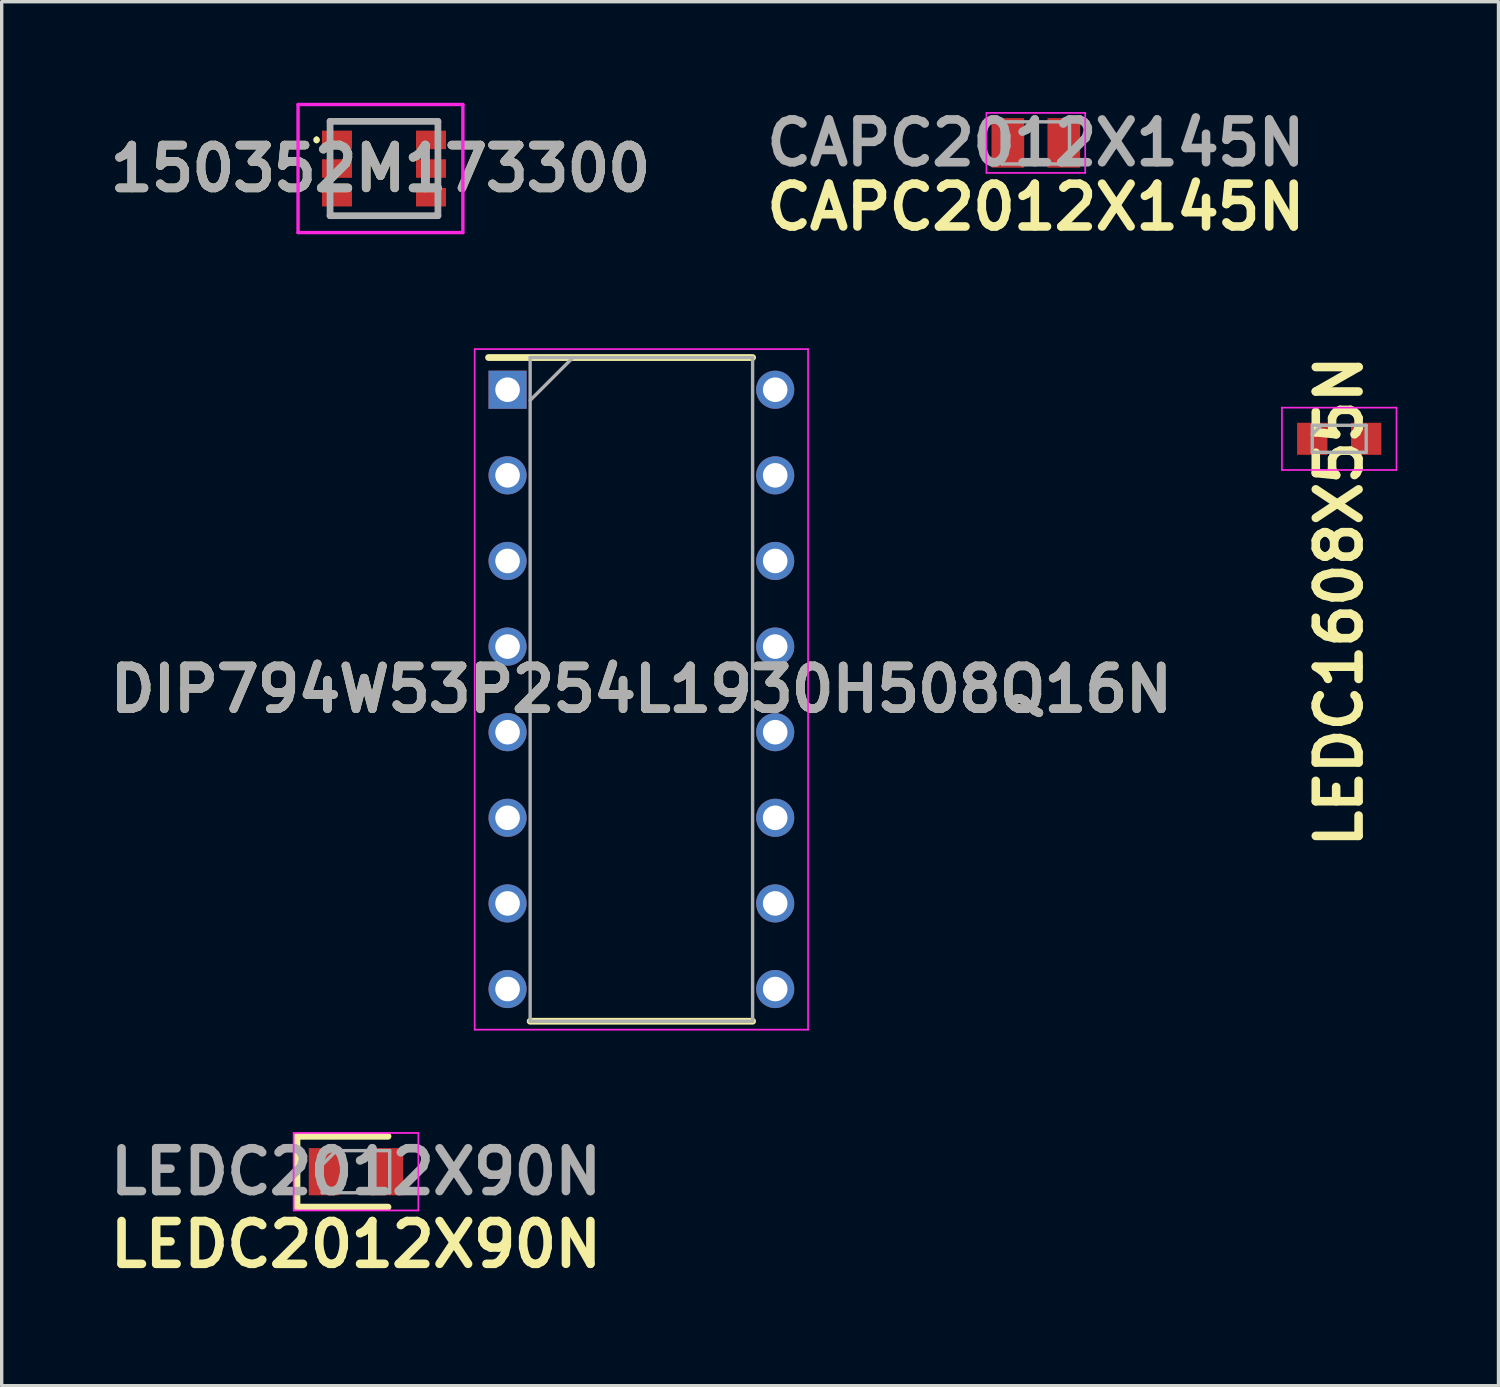
<source format=kicad_pcb>
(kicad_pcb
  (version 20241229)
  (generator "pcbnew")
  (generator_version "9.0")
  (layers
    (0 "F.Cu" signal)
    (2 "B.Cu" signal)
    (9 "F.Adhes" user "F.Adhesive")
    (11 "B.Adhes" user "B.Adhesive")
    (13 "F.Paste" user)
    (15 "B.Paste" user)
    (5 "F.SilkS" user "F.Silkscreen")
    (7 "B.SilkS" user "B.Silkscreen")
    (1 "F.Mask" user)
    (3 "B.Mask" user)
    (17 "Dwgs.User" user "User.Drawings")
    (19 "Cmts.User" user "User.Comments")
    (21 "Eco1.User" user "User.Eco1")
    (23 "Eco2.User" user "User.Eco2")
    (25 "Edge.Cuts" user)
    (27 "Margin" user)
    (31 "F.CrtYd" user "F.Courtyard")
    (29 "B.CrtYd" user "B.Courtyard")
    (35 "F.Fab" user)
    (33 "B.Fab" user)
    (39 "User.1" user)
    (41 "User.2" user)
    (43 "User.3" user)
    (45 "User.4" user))
  (footprint "150352M173300"
    (layer "F.Cu")
    (at 8.342 1.95)
    (property "Reference" "150352M173300" (at -0.105 0 0) (layer "F.SilkS") (effects (font (size 1.27 1.27) (thickness 0.254))))
    (attr smd)
    (fp_line (start -2 -0.9) (end -2 -0.9) (stroke (width 0.1) (type solid)) (layer "F.SilkS"))
    (fp_line (start -2 -0.8) (end -2 -0.8) (stroke (width 0.1) (type solid)) (layer "F.SilkS"))
    (fp_line (start -1.6 -1.4) (end 1.6 -1.4) (stroke (width 0.1) (type solid)) (layer "F.SilkS"))
    (fp_line (start -1.6 1.4) (end 1.6 1.4) (stroke (width 0.1) (type solid)) (layer "F.SilkS"))
    (fp_arc (start -2 -0.9) (mid -1.95 -0.85) (end -2 -0.8) (stroke (width 0.1) (type solid)) (layer "F.SilkS"))
    (fp_arc (start -2 -0.8) (mid -2.05 -0.85) (end -2 -0.9) (stroke (width 0.1) (type solid)) (layer "F.SilkS"))
    (fp_line (start -2.55 -1.9) (end 2.34 -1.9) (stroke (width 0.1) (type solid)) (layer "F.CrtYd"))
    (fp_line (start -2.55 1.9) (end -2.55 -1.9) (stroke (width 0.1) (type solid)) (layer "F.CrtYd"))
    (fp_line (start 2.34 -1.9) (end 2.34 1.9) (stroke (width 0.1) (type solid)) (layer "F.CrtYd"))
    (fp_line (start 2.34 1.9) (end -2.55 1.9) (stroke (width 0.1) (type solid)) (layer "F.CrtYd"))
    (fp_line (start -1.6 -1.4) (end 1.6 -1.4) (stroke (width 0.2) (type solid)) (layer "F.Fab"))
    (fp_line (start -1.6 1.4) (end -1.6 -1.4) (stroke (width 0.2) (type solid)) (layer "F.Fab"))
    (fp_line (start 1.6 -1.4) (end 1.6 1.4) (stroke (width 0.2) (type solid)) (layer "F.Fab"))
    (fp_line (start 1.6 1.4) (end -1.6 1.4) (stroke (width 0.2) (type solid)) (layer "F.Fab"))
    (fp_text user "${REFERENCE}" (at -0.105 0 0) (layer "F.Fab") (effects (font (size 1.27 1.27) (thickness 0.254))))
    (pad "1" smd rect (at -1.395 -0.85 90) (size 0.55 0.89) (layers "F.Cu" "F.Mask" "F.Paste"))
    (pad "2" smd rect (at 1.395 -0.85 90) (size 0.55 0.89) (layers "F.Cu" "F.Mask" "F.Paste"))
    (pad "3" smd rect (at -1.395 0 90) (size 0.55 0.89) (layers "F.Cu" "F.Mask" "F.Paste"))
    (pad "4" smd rect (at 1.395 0 90) (size 0.55 0.89) (layers "F.Cu" "F.Mask" "F.Paste"))
    (pad "5" smd rect (at -1.395 0.85 90) (size 0.55 0.89) (layers "F.Cu" "F.Mask" "F.Paste"))
    (pad "6" smd rect (at 1.395 0.85 90) (size 0.55 0.89) (layers "F.Cu" "F.Mask" "F.Paste")))
  (footprint "LEDC2012X90N"
    (layer "F.Cu")
    (at 7.511 31.711)
    (property "Reference" "LEDC2012X90N" (at 0 2.159 0) (layer "F.SilkS") (effects (font (size 1.27 1.27) (thickness 0.254))))
    (attr smd)
    (fp_line (start -1.75 -1.05) (end -1.75 1.05) (stroke (width 0.2) (type solid)) (layer "F.SilkS"))
    (fp_line (start -1.75 1.05) (end 0.95 1.05) (stroke (width 0.2) (type solid)) (layer "F.SilkS"))
    (fp_line (start 0.95 -1.05) (end -1.75 -1.05) (stroke (width 0.2) (type solid)) (layer "F.SilkS"))
    (fp_line (start -1.85 -1.15) (end 1.85 -1.15) (stroke (width 0.05) (type solid)) (layer "F.CrtYd"))
    (fp_line (start -1.85 1.15) (end -1.85 -1.15) (stroke (width 0.05) (type solid)) (layer "F.CrtYd"))
    (fp_line (start 1.85 -1.15) (end 1.85 1.15) (stroke (width 0.05) (type solid)) (layer "F.CrtYd"))
    (fp_line (start 1.85 1.15) (end -1.85 1.15) (stroke (width 0.05) (type solid)) (layer "F.CrtYd"))
    (fp_line (start -1 -0.625) (end 1 -0.625) (stroke (width 0.1) (type solid)) (layer "F.Fab"))
    (fp_line (start -1 -0.208) (end -0.583 -0.625) (stroke (width 0.1) (type solid)) (layer "F.Fab"))
    (fp_line (start -1 0.625) (end -1 -0.625) (stroke (width 0.1) (type solid)) (layer "F.Fab"))
    (fp_line (start 1 -0.625) (end 1 0.625) (stroke (width 0.1) (type solid)) (layer "F.Fab"))
    (fp_line (start 1 0.625) (end -1 0.625) (stroke (width 0.1) (type solid)) (layer "F.Fab"))
    (fp_text user "${REFERENCE}" (at 0 0 0) (layer "F.Fab") (effects (font (size 1.27 1.27) (thickness 0.254))))
    (pad "1" smd rect (at -0.95 0) (size 0.9 1.4) (layers "F.Cu" "F.Mask" "F.Paste"))
    (pad "2" smd rect (at 0.95 0) (size 0.9 1.4) (layers "F.Cu" "F.Mask" "F.Paste")))
  (footprint "LEDC1608X55N"
    (layer "F.Cu")
    (at 36.681 9.968)
    (property "Reference" "LEDC1608X55N" (at 0 4.826 90) (layer "F.SilkS") (effects (font (size 1.27 1.27) (thickness 0.254))))
    (attr smd)
    (fp_line (start -1.7 -0.925) (end 1.7 -0.925) (stroke (width 0.05) (type solid)) (layer "F.CrtYd"))
    (fp_line (start -1.7 0.925) (end -1.7 -0.925) (stroke (width 0.05) (type solid)) (layer "F.CrtYd"))
    (fp_line (start 1.7 -0.925) (end 1.7 0.925) (stroke (width 0.05) (type solid)) (layer "F.CrtYd"))
    (fp_line (start 1.7 0.925) (end -1.7 0.925) (stroke (width 0.05) (type solid)) (layer "F.CrtYd"))
    (fp_line (start -0.8 -0.4) (end 0.8 -0.4) (stroke (width 0.1) (type solid)) (layer "F.Fab"))
    (fp_line (start -0.8 -0.133) (end -0.533 -0.4) (stroke (width 0.1) (type solid)) (layer "F.Fab"))
    (fp_line (start -0.8 0.4) (end -0.8 -0.4) (stroke (width 0.1) (type solid)) (layer "F.Fab"))
    (fp_line (start 0.8 -0.4) (end 0.8 0.4) (stroke (width 0.1) (type solid)) (layer "F.Fab"))
    (fp_line (start 0.8 0.4) (end -0.8 0.4) (stroke (width 0.1) (type solid)) (layer "F.Fab"))
    (pad "1" smd rect (at -0.8 0) (size 0.9 0.95) (layers "F.Cu" "F.Mask" "F.Paste"))
    (pad "2" smd rect (at 0.8 0) (size 0.9 0.95) (layers "F.Cu" "F.Mask" "F.Paste")))
  (footprint "CAPC2012X145N"
    (layer "F.Cu")
    (at 27.68 1.189)
    (property "Reference" "CAPC2012X145N" (at 0 1.905 0) (layer "F.SilkS") (effects (font (size 1.27 1.27) (thickness 0.254))))
    (attr smd)
    (fp_line (start -1.465 -0.89) (end 1.465 -0.89) (stroke (width 0.05) (type solid)) (layer "F.CrtYd"))
    (fp_line (start -1.465 0.89) (end -1.465 -0.89) (stroke (width 0.05) (type solid)) (layer "F.CrtYd"))
    (fp_line (start 1.465 -0.89) (end 1.465 0.89) (stroke (width 0.05) (type solid)) (layer "F.CrtYd"))
    (fp_line (start 1.465 0.89) (end -1.465 0.89) (stroke (width 0.05) (type solid)) (layer "F.CrtYd"))
    (fp_line (start -1 -0.625) (end 1 -0.625) (stroke (width 0.1) (type solid)) (layer "F.Fab"))
    (fp_line (start -1 0.625) (end -1 -0.625) (stroke (width 0.1) (type solid)) (layer "F.Fab"))
    (fp_line (start 1 -0.625) (end 1 0.625) (stroke (width 0.1) (type solid)) (layer "F.Fab"))
    (fp_line (start 1 0.625) (end -1 0.625) (stroke (width 0.1) (type solid)) (layer "F.Fab"))
    (fp_text user "${REFERENCE}" (at 0 0 0) (layer "F.Fab") (effects (font (size 1.27 1.27) (thickness 0.254))))
    (pad "1" smd rect (at -0.83 0) (size 0.97 1.47) (layers "F.Cu" "F.Mask" "F.Paste"))
    (pad "2" smd rect (at 0.83 0) (size 0.97 1.47) (layers "F.Cu" "F.Mask" "F.Paste")))
  (footprint "DIP794W53P254L1930H508Q16N"
    (layer "F.Cu")
    (at 15.978 17.402)
    (property "Reference" "DIP794W53P254L1930H508Q16N" (at 0 0 0) (layer "F.SilkS") (effects (font (size 1.27 1.27) (thickness 0.254))))
    (attr through_hole)
    (fp_line (start -4.535 -9.845) (end 3.3 -9.845) (stroke (width 0.2) (type solid)) (layer "F.SilkS"))
    (fp_line (start -3.3 9.845) (end 3.3 9.845) (stroke (width 0.2) (type solid)) (layer "F.SilkS"))
    (fp_line (start -4.945 -10.095) (end 4.945 -10.095) (stroke (width 0.05) (type solid)) (layer "F.CrtYd"))
    (fp_line (start -4.945 10.095) (end -4.945 -10.095) (stroke (width 0.05) (type solid)) (layer "F.CrtYd"))
    (fp_line (start 4.945 -10.095) (end 4.945 10.095) (stroke (width 0.05) (type solid)) (layer "F.CrtYd"))
    (fp_line (start 4.945 10.095) (end -4.945 10.095) (stroke (width 0.05) (type solid)) (layer "F.CrtYd"))
    (fp_line (start -3.3 -9.845) (end 3.3 -9.845) (stroke (width 0.1) (type solid)) (layer "F.Fab"))
    (fp_line (start -3.3 -8.575) (end -2.03 -9.845) (stroke (width 0.1) (type solid)) (layer "F.Fab"))
    (fp_line (start -3.3 9.845) (end -3.3 -9.845) (stroke (width 0.1) (type solid)) (layer "F.Fab"))
    (fp_line (start 3.3 -9.845) (end 3.3 9.845) (stroke (width 0.1) (type solid)) (layer "F.Fab"))
    (fp_line (start 3.3 9.845) (end -3.3 9.845) (stroke (width 0.1) (type solid)) (layer "F.Fab"))
    (fp_text user "${REFERENCE}" (at 0 0 0) (layer "F.Fab") (effects (font (size 1.27 1.27) (thickness 0.254))))
    (pad "1" thru_hole rect (at -3.97 -8.89) (size 1.13 1.13) (drill 0.73) (layers "*.Cu" "*.Mask"))
    (pad "2" thru_hole circle (at -3.97 -6.35) (size 1.13 1.13) (drill 0.73) (layers "*.Cu" "*.Mask"))
    (pad "3" thru_hole circle (at -3.97 -3.81) (size 1.13 1.13) (drill 0.73) (layers "*.Cu" "*.Mask"))
    (pad "4" thru_hole circle (at -3.97 -1.27) (size 1.13 1.13) (drill 0.73) (layers "*.Cu" "*.Mask"))
    (pad "5" thru_hole circle (at -3.97 1.27) (size 1.13 1.13) (drill 0.73) (layers "*.Cu" "*.Mask"))
    (pad "6" thru_hole circle (at -3.97 3.81) (size 1.13 1.13) (drill 0.73) (layers "*.Cu" "*.Mask"))
    (pad "7" thru_hole circle (at -3.97 6.35) (size 1.13 1.13) (drill 0.73) (layers "*.Cu" "*.Mask"))
    (pad "8" thru_hole circle (at -3.97 8.89) (size 1.13 1.13) (drill 0.73) (layers "*.Cu" "*.Mask"))
    (pad "9" thru_hole circle (at 3.97 8.89) (size 1.13 1.13) (drill 0.73) (layers "*.Cu" "*.Mask"))
    (pad "10" thru_hole circle (at 3.97 6.35) (size 1.13 1.13) (drill 0.73) (layers "*.Cu" "*.Mask"))
    (pad "11" thru_hole circle (at 3.97 3.81) (size 1.13 1.13) (drill 0.73) (layers "*.Cu" "*.Mask"))
    (pad "12" thru_hole circle (at 3.97 1.27) (size 1.13 1.13) (drill 0.73) (layers "*.Cu" "*.Mask"))
    (pad "13" thru_hole circle (at 3.97 -1.27) (size 1.13 1.13) (drill 0.73) (layers "*.Cu" "*.Mask"))
    (pad "14" thru_hole circle (at 3.97 -3.81) (size 1.13 1.13) (drill 0.73) (layers "*.Cu" "*.Mask"))
    (pad "15" thru_hole circle (at 3.97 -6.35) (size 1.13 1.13) (drill 0.73) (layers "*.Cu" "*.Mask"))
    (pad "16" thru_hole circle (at 3.97 -8.89) (size 1.13 1.13) (drill 0.73) (layers "*.Cu" "*.Mask")))
  (gr_rect
    (start -3 -3)
    (end 41.406 38.059)
    (stroke (width 0.1) (type default))
    (fill no)
    (layer "Edge.Cuts")))
</source>
